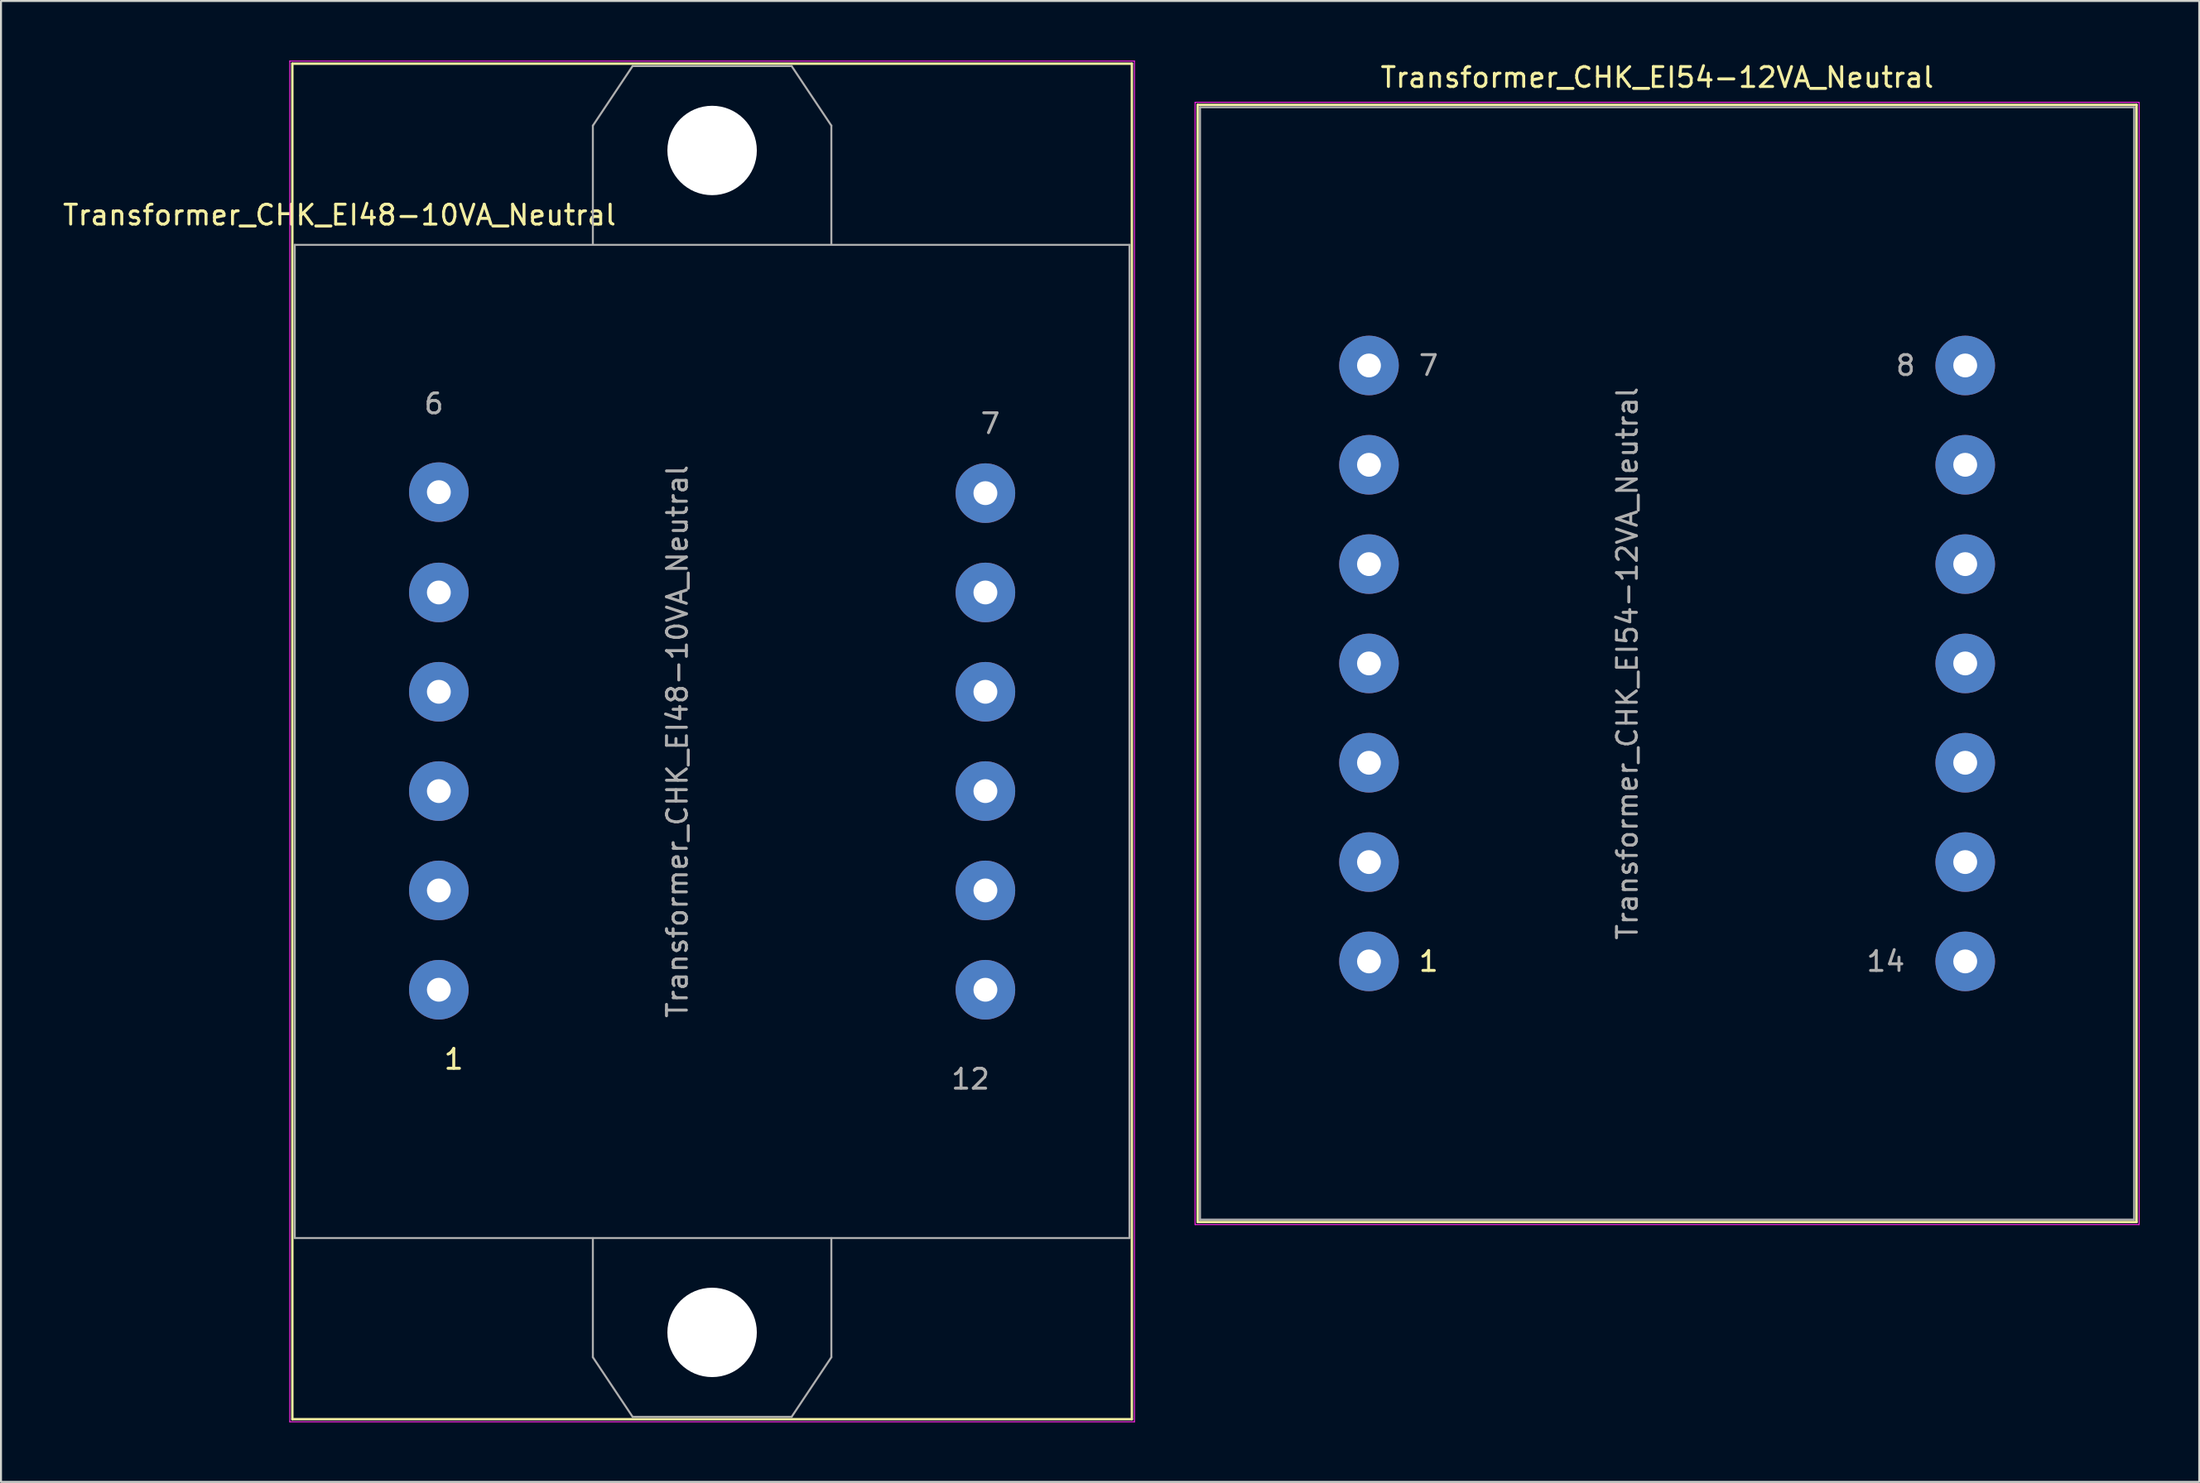
<source format=kicad_pcb>
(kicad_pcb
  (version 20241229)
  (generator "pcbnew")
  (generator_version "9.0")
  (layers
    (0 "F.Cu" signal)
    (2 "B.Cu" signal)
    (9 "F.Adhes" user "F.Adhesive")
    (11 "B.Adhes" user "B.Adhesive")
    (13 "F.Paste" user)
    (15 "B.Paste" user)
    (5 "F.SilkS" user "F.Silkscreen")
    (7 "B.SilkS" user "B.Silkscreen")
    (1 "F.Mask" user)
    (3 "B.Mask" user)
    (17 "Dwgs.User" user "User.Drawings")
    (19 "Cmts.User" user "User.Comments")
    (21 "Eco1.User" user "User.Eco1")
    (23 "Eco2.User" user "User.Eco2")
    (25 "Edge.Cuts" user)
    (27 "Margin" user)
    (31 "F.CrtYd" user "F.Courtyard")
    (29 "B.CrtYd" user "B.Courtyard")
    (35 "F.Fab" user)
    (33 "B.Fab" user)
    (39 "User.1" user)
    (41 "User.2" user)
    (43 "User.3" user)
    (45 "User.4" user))
  (footprint "Transformer_CHK_EI54-12VA_Neutral"
    (layer "F.Cu")
    (at 65.83 45.348)
    (property "Reference" "Transformer_CHK_EI54-12VA_Neutral" (at 14.5 -44.5 0) (layer "F.SilkS") (effects (font (size 1 1) (thickness 0.15))))
    (attr through_hole)
    (fp_line (start -8.62 -43.12) (end -8.62 13.12) (stroke (width 0.12) (type solid)) (layer "F.SilkS"))
    (fp_line (start -8.62 -43.12) (end 38.62 -43.12) (stroke (width 0.12) (type solid)) (layer "F.SilkS"))
    (fp_line (start 38.62 13.12) (end -8.62 13.12) (stroke (width 0.12) (type solid)) (layer "F.SilkS"))
    (fp_line (start 38.62 13.12) (end 38.62 -43.12) (stroke (width 0.12) (type solid)) (layer "F.SilkS"))
    (fp_line (start -8.75 -43.25) (end -8.75 13.25) (stroke (width 0.05) (type solid)) (layer "F.CrtYd"))
    (fp_line (start -8.75 -43.25) (end 38.75 -43.25) (stroke (width 0.05) (type solid)) (layer "F.CrtYd"))
    (fp_line (start 38.75 13.25) (end -8.75 13.25) (stroke (width 0.05) (type solid)) (layer "F.CrtYd"))
    (fp_line (start 38.75 13.25) (end 38.75 -43.25) (stroke (width 0.05) (type solid)) (layer "F.CrtYd"))
    (fp_line (start -8.5 -43) (end -8.5 13) (stroke (width 0.1) (type solid)) (layer "F.Fab"))
    (fp_line (start -8.5 13) (end 38.5 13) (stroke (width 0.1) (type solid)) (layer "F.Fab"))
    (fp_line (start 38.5 -43) (end -8.5 -43) (stroke (width 0.1) (type solid)) (layer "F.Fab"))
    (fp_line (start 38.5 13) (end 38.5 -43) (stroke (width 0.1) (type solid)) (layer "F.Fab"))
    (fp_text user "1" (at 3 0 0) (layer "F.SilkS") (effects (font (size 1 1) (thickness 0.15))))
    (fp_text user "8" (at 27 -30 0) (layer "F.Fab") (effects (font (size 1 1) (thickness 0.15))))
    (fp_text user "14" (at 26 0 0) (layer "F.Fab") (effects (font (size 1 1) (thickness 0.15))))
    (fp_text user "7" (at 3 -30 0) (layer "F.Fab") (effects (font (size 1 1) (thickness 0.15))))
    (fp_text user "${REFERENCE}" (at 13 -15 90) (layer "F.Fab") (effects (font (size 1 1) (thickness 0.15))))
    (pad "1" thru_hole circle (at 0 0) (size 3 3) (drill 1.2) (layers "*.Cu" "*.Mask"))
    (pad "2" thru_hole circle (at 0 -5) (size 3 3) (drill 1.2) (layers "*.Cu" "*.Mask"))
    (pad "3" thru_hole circle (at 0 -10) (size 3 3) (drill 1.2) (layers "*.Cu" "*.Mask"))
    (pad "4" thru_hole circle (at 0 -15) (size 3 3) (drill 1.2) (layers "*.Cu" "*.Mask"))
    (pad "5" thru_hole circle (at 0 -20) (size 3 3) (drill 1.2) (layers "*.Cu" "*.Mask"))
    (pad "6" thru_hole circle (at 0 -25) (size 3 3) (drill 1.2) (layers "*.Cu" "*.Mask"))
    (pad "7" thru_hole circle (at 0 -30) (size 3 3) (drill 1.2) (layers "*.Cu" "*.Mask"))
    (pad "8" thru_hole circle (at 30 -30) (size 3 3) (drill 1.2) (layers "*.Cu" "*.Mask"))
    (pad "9" thru_hole circle (at 30 -25) (size 3 3) (drill 1.2) (layers "*.Cu" "*.Mask"))
    (pad "10" thru_hole circle (at 30 -20) (size 3 3) (drill 1.2) (layers "*.Cu" "*.Mask"))
    (pad "11" thru_hole circle (at 30 -15) (size 3 3) (drill 1.2) (layers "*.Cu" "*.Mask"))
    (pad "12" thru_hole circle (at 30 -10) (size 3 3) (drill 1.2) (layers "*.Cu" "*.Mask"))
    (pad "13" thru_hole circle (at 30 -5) (size 3 3) (drill 1.2) (layers "*.Cu" "*.Mask"))
    (pad "14" thru_hole circle (at 30 0) (size 3 3) (drill 1.2) (layers "*.Cu" "*.Mask")))
  (footprint "Transformer_CHK_EI48-10VA_Neutral"
    (layer "F.Cu")
    (at 19.03 46.775)
    (property "Reference" "Transformer_CHK_EI48-10VA_Neutral" (at -5 -39 0) (layer "F.SilkS") (effects (font (size 1 1) (thickness 0.15))))
    (attr through_hole)
    (fp_line (start -7.37 -46.62) (end -7.37 21.62) (stroke (width 0.12) (type solid)) (layer "F.SilkS"))
    (fp_line (start -7.37 -46.62) (end 34.87 -46.62) (stroke (width 0.12) (type solid)) (layer "F.SilkS"))
    (fp_line (start 34.87 21.62) (end -7.37 21.62) (stroke (width 0.12) (type solid)) (layer "F.SilkS"))
    (fp_line (start 34.87 21.62) (end 34.87 -46.62) (stroke (width 0.12) (type solid)) (layer "F.SilkS"))
    (fp_line (start -7.5 -46.75) (end -7.5 21.75) (stroke (width 0.05) (type solid)) (layer "F.CrtYd"))
    (fp_line (start -7.5 -46.75) (end 35 -46.75) (stroke (width 0.05) (type solid)) (layer "F.CrtYd"))
    (fp_line (start 35 21.75) (end -7.5 21.75) (stroke (width 0.05) (type solid)) (layer "F.CrtYd"))
    (fp_line (start 35 21.75) (end 35 -46.75) (stroke (width 0.05) (type solid)) (layer "F.CrtYd"))
    (fp_line (start -7.25 -37.5) (end -7.25 12.5) (stroke (width 0.1) (type solid)) (layer "F.Fab"))
    (fp_line (start -7.25 12.5) (end 34.75 12.5) (stroke (width 0.1) (type solid)) (layer "F.Fab"))
    (fp_line (start 7.75 -43.5) (end 7.75 -37.5) (stroke (width 0.1) (type solid)) (layer "F.Fab"))
    (fp_line (start 7.75 18.5) (end 7.75 12.5) (stroke (width 0.1) (type solid)) (layer "F.Fab"))
    (fp_line (start 9.75 -46.5) (end 7.75 -43.5) (stroke (width 0.1) (type solid)) (layer "F.Fab"))
    (fp_line (start 9.75 21.5) (end 7.75 18.5) (stroke (width 0.1) (type solid)) (layer "F.Fab"))
    (fp_line (start 17.75 -46.5) (end 9.75 -46.5) (stroke (width 0.1) (type solid)) (layer "F.Fab"))
    (fp_line (start 17.75 21.5) (end 9.75 21.5) (stroke (width 0.1) (type solid)) (layer "F.Fab"))
    (fp_line (start 19.75 -43.5) (end 17.75 -46.5) (stroke (width 0.1) (type solid)) (layer "F.Fab"))
    (fp_line (start 19.75 -37.5) (end 19.75 -43.5) (stroke (width 0.1) (type solid)) (layer "F.Fab"))
    (fp_line (start 19.75 12.5) (end 19.75 18.5) (stroke (width 0.1) (type solid)) (layer "F.Fab"))
    (fp_line (start 19.75 18.5) (end 17.75 21.5) (stroke (width 0.1) (type solid)) (layer "F.Fab"))
    (fp_line (start 34.75 -37.5) (end -7.25 -37.5) (stroke (width 0.1) (type solid)) (layer "F.Fab"))
    (fp_line (start 34.75 12.5) (end 34.75 -37.5) (stroke (width 0.1) (type solid)) (layer "F.Fab"))
    (fp_text user "1" (at 0.75 3.5 0) (layer "F.SilkS") (effects (font (size 1 1) (thickness 0.15))))
    (fp_text user "7" (at 27.75 -28.5 0) (layer "F.Fab") (effects (font (size 1 1) (thickness 0.15))))
    (fp_text user "6" (at -0.25 -29.5 0) (layer "F.Fab") (effects (font (size 1 1) (thickness 0.15))))
    (fp_text user "${REFERENCE}" (at 12 -12.5 90) (layer "F.Fab") (effects (font (size 1 1) (thickness 0.15))))
    (fp_text user "12" (at 26.75 4.5 0) (layer "F.Fab") (effects (font (size 1 1) (thickness 0.15))))
    (pad "" np_thru_hole circle (at 13.75 -42.25) (size 4.5 4.5) (drill 4.5) (layers "*.Cu" "*.Mask"))
    (pad "" np_thru_hole circle (at 13.75 17.25) (size 4.5 4.5) (drill 4.5) (layers "*.Cu" "*.Mask"))
    (pad "1" thru_hole circle (at 0 0) (size 3 3) (drill 1.2) (layers "*.Cu" "*.Mask"))
    (pad "2" thru_hole circle (at 0 -5) (size 3 3) (drill 1.2) (layers "*.Cu" "*.Mask"))
    (pad "3" thru_hole circle (at 0 -10) (size 3 3) (drill 1.2) (layers "*.Cu" "*.Mask"))
    (pad "4" thru_hole circle (at 0 -15) (size 3 3) (drill 1.2) (layers "*.Cu" "*.Mask"))
    (pad "5" thru_hole circle (at 0 -20) (size 3 3) (drill 1.2) (layers "*.Cu" "*.Mask"))
    (pad "6" thru_hole circle (at 0 -25.05) (size 3 3) (drill 1.2) (layers "*.Cu" "*.Mask"))
    (pad "7" thru_hole circle (at 27.5 -25) (size 3 3) (drill 1.2) (layers "*.Cu" "*.Mask"))
    (pad "8" thru_hole circle (at 27.5 -20) (size 3 3) (drill 1.2) (layers "*.Cu" "*.Mask"))
    (pad "9" thru_hole circle (at 27.5 -15) (size 3 3) (drill 1.2) (layers "*.Cu" "*.Mask"))
    (pad "10" thru_hole circle (at 27.5 -10) (size 3 3) (drill 1.2) (layers "*.Cu" "*.Mask"))
    (pad "11" thru_hole circle (at 27.5 -5) (size 3 3) (drill 1.2) (layers "*.Cu" "*.Mask"))
    (pad "12" thru_hole circle (at 27.5 0) (size 3 3) (drill 1.2) (layers "*.Cu" "*.Mask")))
  (gr_rect
    (start -3 -3)
    (end 107.605 71.55)
    (stroke (width 0.1) (type default))
    (fill no)
    (layer "Edge.Cuts")))
</source>
